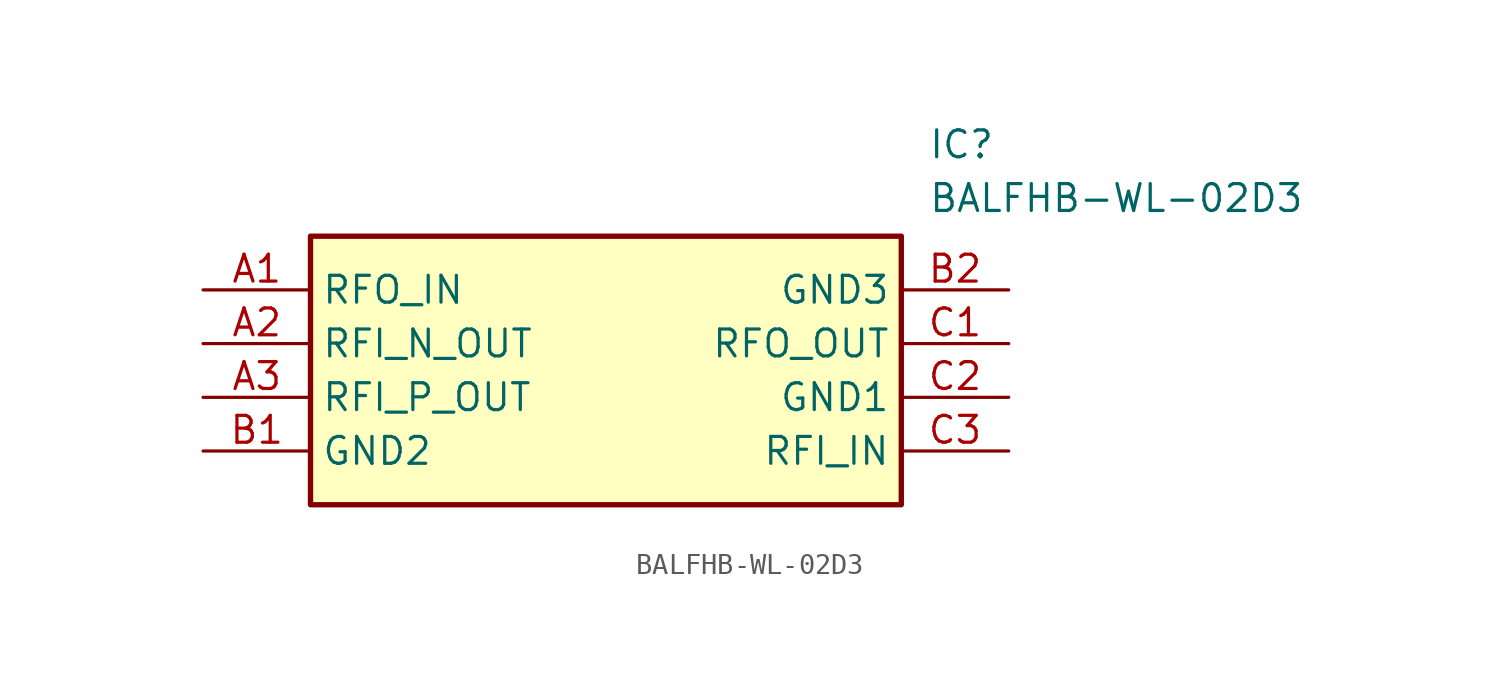
<source format=kicad_sym>
(kicad_symbol_lib
  (version 20211014)
  (generator SamacSys_ECAD_Model)
  (symbol "BALFHB-WL-02D3"
    (property "Reference" "IC"
      (at 34.29 7.62 0)
      (effects (font (size 1.27 1.27)) (justify left top)))
    (property "Value" "BALFHB-WL-02D3"
      (at 34.29 5.08 0)
      (effects (font (size 1.27 1.27)) (justify left top)))
    (rectangle
      (start 5.08 2.54)
      (end 33.02 -10.16)
      (stroke (width 0.254) (type default))
      (fill (type background)))
    (pin passive line
      (at 0 0 0)
      (length 5.08)
      (name "RFO_IN" (effects (font (size 1.27 1.27))))
      (number "A1" (effects (font (size 1.27 1.27)))))
    (pin passive line
      (at 0 -2.54 0)
      (length 5.08)
      (name "RFI_N_OUT" (effects (font (size 1.27 1.27))))
      (number "A2" (effects (font (size 1.27 1.27)))))
    (pin passive line
      (at 0 -5.08 0)
      (length 5.08)
      (name "RFI_P_OUT" (effects (font (size 1.27 1.27))))
      (number "A3" (effects (font (size 1.27 1.27)))))
    (pin passive line
      (at 0 -7.62 0)
      (length 5.08)
      (name "GND2" (effects (font (size 1.27 1.27))))
      (number "B1" (effects (font (size 1.27 1.27)))))
    (pin passive line
      (at 38.1 0 180)
      (length 5.08)
      (name "GND3" (effects (font (size 1.27 1.27))))
      (number "B2" (effects (font (size 1.27 1.27)))))
    (pin passive line
      (at 38.1 -2.54 180)
      (length 5.08)
      (name "RFO_OUT" (effects (font (size 1.27 1.27))))
      (number "C1" (effects (font (size 1.27 1.27)))))
    (pin passive line
      (at 38.1 -5.08 180)
      (length 5.08)
      (name "GND1" (effects (font (size 1.27 1.27))))
      (number "C2" (effects (font (size 1.27 1.27)))))
    (pin passive line
      (at 38.1 -7.62 180)
      (length 5.08)
      (name "RFI_IN" (effects (font (size 1.27 1.27))))
      (number "C3" (effects (font (size 1.27 1.27)))))))
</source>
